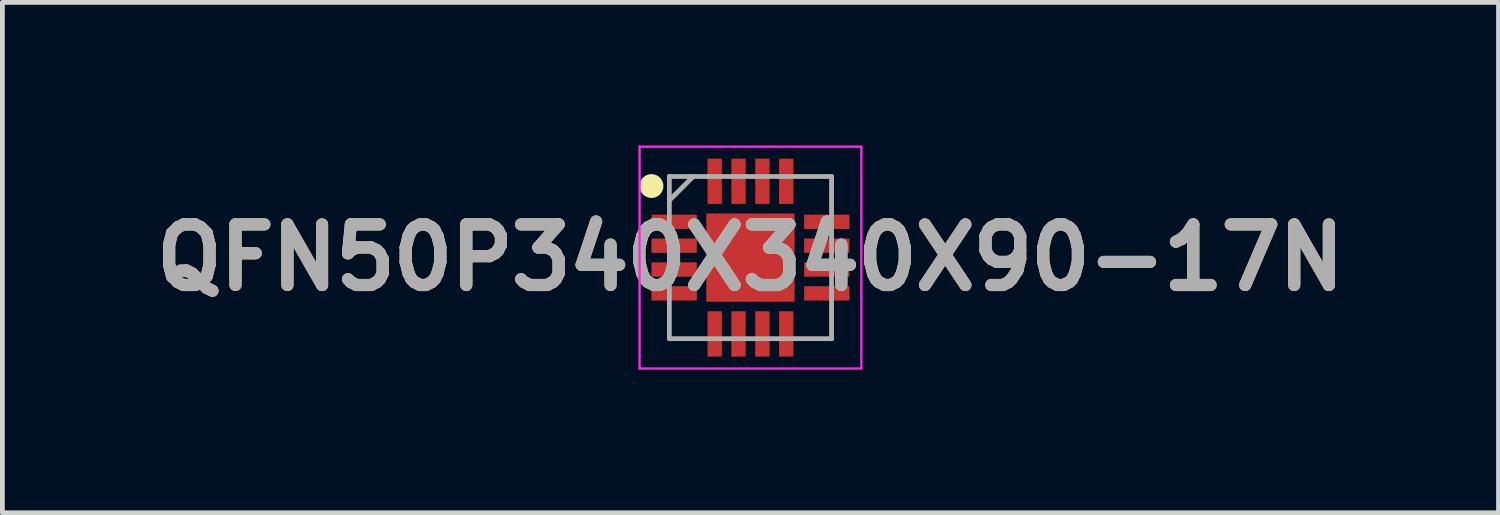
<source format=kicad_pcb>
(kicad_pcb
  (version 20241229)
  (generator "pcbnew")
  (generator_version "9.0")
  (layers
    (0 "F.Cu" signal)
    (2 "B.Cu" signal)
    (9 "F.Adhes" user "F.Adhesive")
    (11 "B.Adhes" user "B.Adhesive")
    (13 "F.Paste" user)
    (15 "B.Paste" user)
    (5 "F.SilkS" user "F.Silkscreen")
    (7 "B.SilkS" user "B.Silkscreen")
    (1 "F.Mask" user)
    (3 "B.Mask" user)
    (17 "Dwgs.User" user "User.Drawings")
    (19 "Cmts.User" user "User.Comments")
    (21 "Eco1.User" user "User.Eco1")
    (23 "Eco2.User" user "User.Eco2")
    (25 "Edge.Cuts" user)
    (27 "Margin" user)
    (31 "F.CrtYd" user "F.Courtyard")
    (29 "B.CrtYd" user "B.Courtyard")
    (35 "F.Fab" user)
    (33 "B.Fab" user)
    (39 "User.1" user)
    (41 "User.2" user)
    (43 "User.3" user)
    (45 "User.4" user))
  (footprint "QFN50P340X340X90-17N"
    (layer "F.Cu")
    (at 12.682 2.35)
    (property "Reference" "QFN50P340X340X90-17N" (at 0 0 0) (layer "F.SilkS") (effects (font (size 1.27 1.27) (thickness 0.254))))
    (attr smd)
    (fp_circle (center -2.075 -1.5) (end -2.075 -1.375) (stroke (width 0.25) (type solid)) (fill no) (layer "F.SilkS"))
    (fp_line (start -2.325 -2.325) (end 2.325 -2.325) (stroke (width 0.05) (type solid)) (layer "F.CrtYd"))
    (fp_line (start -2.325 2.325) (end -2.325 -2.325) (stroke (width 0.05) (type solid)) (layer "F.CrtYd"))
    (fp_line (start 2.325 -2.325) (end 2.325 2.325) (stroke (width 0.05) (type solid)) (layer "F.CrtYd"))
    (fp_line (start 2.325 2.325) (end -2.325 2.325) (stroke (width 0.05) (type solid)) (layer "F.CrtYd"))
    (fp_line (start -1.7 -1.7) (end 1.7 -1.7) (stroke (width 0.1) (type solid)) (layer "F.Fab"))
    (fp_line (start -1.7 -1.2) (end -1.2 -1.7) (stroke (width 0.1) (type solid)) (layer "F.Fab"))
    (fp_line (start -1.7 1.7) (end -1.7 -1.7) (stroke (width 0.1) (type solid)) (layer "F.Fab"))
    (fp_line (start 1.7 -1.7) (end 1.7 1.7) (stroke (width 0.1) (type solid)) (layer "F.Fab"))
    (fp_line (start 1.7 1.7) (end -1.7 1.7) (stroke (width 0.1) (type solid)) (layer "F.Fab"))
    (fp_text user "${REFERENCE}" (at 0 0 0) (layer "F.Fab") (effects (font (size 1.27 1.27) (thickness 0.254))))
    (pad "1" smd rect (at -1.6 -0.75 90) (size 0.3 0.95) (layers "F.Cu" "F.Mask" "F.Paste"))
    (pad "2" smd rect (at -1.6 -0.25 90) (size 0.3 0.95) (layers "F.Cu" "F.Mask" "F.Paste"))
    (pad "3" smd rect (at -1.6 0.25 90) (size 0.3 0.95) (layers "F.Cu" "F.Mask" "F.Paste"))
    (pad "4" smd rect (at -1.6 0.75 90) (size 0.3 0.95) (layers "F.Cu" "F.Mask" "F.Paste"))
    (pad "5" smd rect (at -0.75 1.6) (size 0.3 0.95) (layers "F.Cu" "F.Mask" "F.Paste"))
    (pad "6" smd rect (at -0.25 1.6) (size 0.3 0.95) (layers "F.Cu" "F.Mask" "F.Paste"))
    (pad "7" smd rect (at 0.25 1.6) (size 0.3 0.95) (layers "F.Cu" "F.Mask" "F.Paste"))
    (pad "8" smd rect (at 0.75 1.6) (size 0.3 0.95) (layers "F.Cu" "F.Mask" "F.Paste"))
    (pad "9" smd rect (at 1.6 0.75 90) (size 0.3 0.95) (layers "F.Cu" "F.Mask" "F.Paste"))
    (pad "10" smd rect (at 1.6 0.25 90) (size 0.3 0.95) (layers "F.Cu" "F.Mask" "F.Paste"))
    (pad "11" smd rect (at 1.6 -0.25 90) (size 0.3 0.95) (layers "F.Cu" "F.Mask" "F.Paste"))
    (pad "12" smd rect (at 1.6 -0.75 90) (size 0.3 0.95) (layers "F.Cu" "F.Mask" "F.Paste"))
    (pad "13" smd rect (at 0.75 -1.6) (size 0.3 0.95) (layers "F.Cu" "F.Mask" "F.Paste"))
    (pad "14" smd rect (at 0.25 -1.6) (size 0.3 0.95) (layers "F.Cu" "F.Mask" "F.Paste"))
    (pad "15" smd rect (at -0.25 -1.6) (size 0.3 0.95) (layers "F.Cu" "F.Mask" "F.Paste"))
    (pad "16" smd rect (at -0.75 -1.6) (size 0.3 0.95) (layers "F.Cu" "F.Mask" "F.Paste"))
    (pad "17" smd rect (at 0 0) (size 1.85 1.85) (layers "F.Cu" "F.Mask" "F.Paste")))
  (gr_rect
    (start -3 -3)
    (end 28.364 7.7)
    (stroke (width 0.1) (type default))
    (fill no)
    (layer "Edge.Cuts")))
</source>
